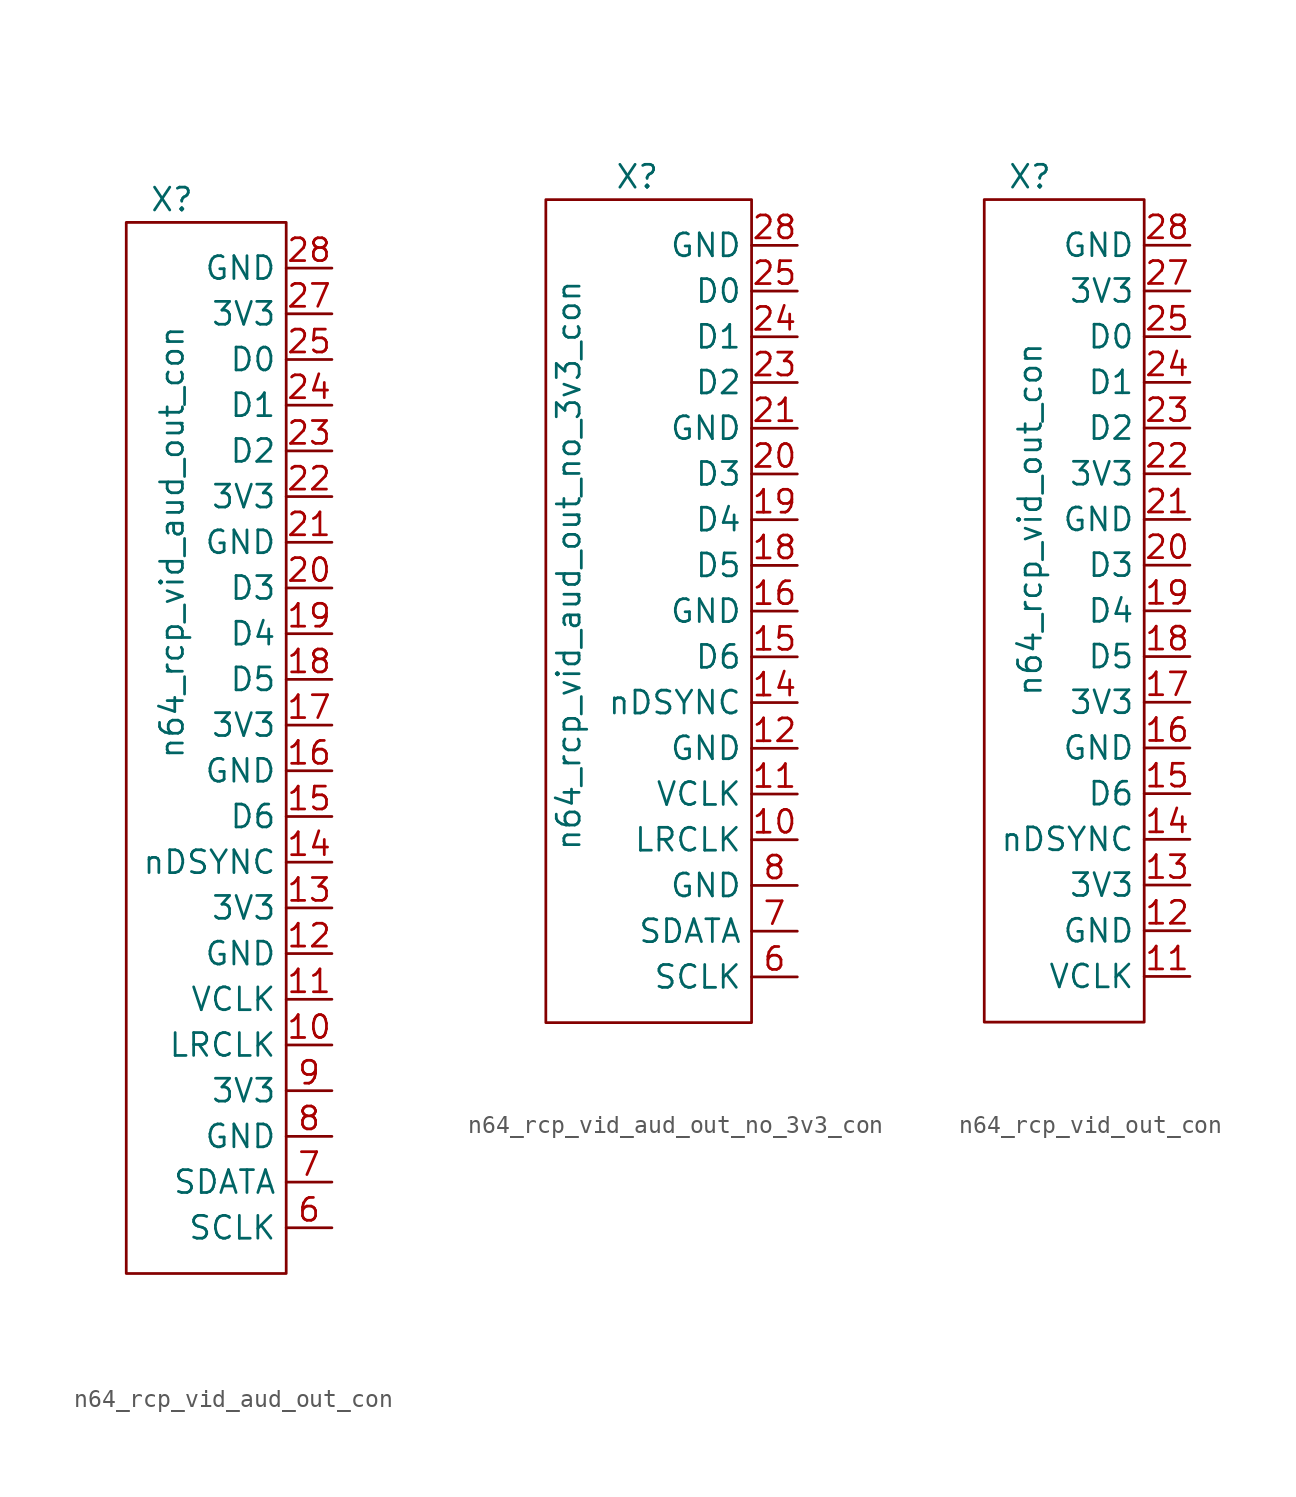
<source format=kicad_sym>
(kicad_symbol_lib
  (version 20211014)
  (generator kicad_symbol_editor)
  (symbol "n64_rcp_vid_aud_out_con"
    (property "Reference" "X"
      (at -2.54 24.13 0)
      (effects (font (size 1.27 1.27))))
    (property "Value" "n64_rcp_vid_aud_out_con"
      (at -2.54 5.08 90)
      (effects (font (size 1.27 1.27))))
    (symbol "n64_rcp_vid_aud_out_con_0_1"
      (rectangle (start -5.08 22.86) (end 3.81 -35.56) (stroke (width 0) (type default) (color 0 0 0 0)) (fill (type none))))
    (symbol "n64_rcp_vid_aud_out_con_1_1"
      (pin output line (at 6.35 -22.86 180) (length 2.54) (name "LRCLK" (effects (font (size 1.27 1.27)))) (number "10" (effects (font (size 1.27 1.27)))))
      (pin output line (at 6.35 -20.32 180) (length 2.54) (name "VCLK" (effects (font (size 1.27 1.27)))) (number "11" (effects (font (size 1.27 1.27)))))
      (pin power_out line (at 6.35 -17.78 180) (length 2.54) (name "GND" (effects (font (size 1.27 1.27)))) (number "12" (effects (font (size 1.27 1.27)))))
      (pin power_out line (at 6.35 -15.24 180) (length 2.54) (name "3V3" (effects (font (size 1.27 1.27)))) (number "13" (effects (font (size 1.27 1.27)))))
      (pin output line (at 6.35 -12.7 180) (length 2.54) (name "nDSYNC" (effects (font (size 1.27 1.27)))) (number "14" (effects (font (size 1.27 1.27)))))
      (pin output line (at 6.35 -10.16 180) (length 2.54) (name "D6" (effects (font (size 1.27 1.27)))) (number "15" (effects (font (size 1.27 1.27)))))
      (pin power_out line (at 6.35 -7.62 180) (length 2.54) (name "GND" (effects (font (size 1.27 1.27)))) (number "16" (effects (font (size 1.27 1.27)))))
      (pin power_out line (at 6.35 -5.08 180) (length 2.54) (name "3V3" (effects (font (size 1.27 1.27)))) (number "17" (effects (font (size 1.27 1.27)))))
      (pin output line (at 6.35 -2.54 180) (length 2.54) (name "D5" (effects (font (size 1.27 1.27)))) (number "18" (effects (font (size 1.27 1.27)))))
      (pin output line (at 6.35 0 180) (length 2.54) (name "D4" (effects (font (size 1.27 1.27)))) (number "19" (effects (font (size 1.27 1.27)))))
      (pin output line (at 6.35 2.54 180) (length 2.54) (name "D3" (effects (font (size 1.27 1.27)))) (number "20" (effects (font (size 1.27 1.27)))))
      (pin power_out line (at 6.35 5.08 180) (length 2.54) (name "GND" (effects (font (size 1.27 1.27)))) (number "21" (effects (font (size 1.27 1.27)))))
      (pin power_out line (at 6.35 7.62 180) (length 2.54) (name "3V3" (effects (font (size 1.27 1.27)))) (number "22" (effects (font (size 1.27 1.27)))))
      (pin output line (at 6.35 10.16 180) (length 2.54) (name "D2" (effects (font (size 1.27 1.27)))) (number "23" (effects (font (size 1.27 1.27)))))
      (pin output line (at 6.35 12.7 180) (length 2.54) (name "D1" (effects (font (size 1.27 1.27)))) (number "24" (effects (font (size 1.27 1.27)))))
      (pin output line (at 6.35 15.24 180) (length 2.54) (name "D0" (effects (font (size 1.27 1.27)))) (number "25" (effects (font (size 1.27 1.27)))))
      (pin power_out line (at 6.35 17.78 180) (length 2.54) (name "3V3" (effects (font (size 1.27 1.27)))) (number "27" (effects (font (size 1.27 1.27)))))
      (pin power_out line (at 6.35 20.32 180) (length 2.54) (name "GND" (effects (font (size 1.27 1.27)))) (number "28" (effects (font (size 1.27 1.27)))))
      (pin output line (at 6.35 -33.02 180) (length 2.54) (name "SCLK" (effects (font (size 1.27 1.27)))) (number "6" (effects (font (size 1.27 1.27)))))
      (pin output line (at 6.35 -30.48 180) (length 2.54) (name "SDATA" (effects (font (size 1.27 1.27)))) (number "7" (effects (font (size 1.27 1.27)))))
      (pin power_out line (at 6.35 -27.94 180) (length 2.54) (name "GND" (effects (font (size 1.27 1.27)))) (number "8" (effects (font (size 1.27 1.27)))))
      (pin power_out line (at 6.35 -25.4 180) (length 2.54) (name "3V3" (effects (font (size 1.27 1.27)))) (number "9" (effects (font (size 1.27 1.27)))))))
  (symbol "n64_rcp_vid_aud_out_no_3v3_con"
    (property "Reference" "X"
      (at -2.54 24.13 0)
      (effects (font (size 1.27 1.27))))
    (property "Value" "n64_rcp_vid_aud_out_no_3v3_con"
      (at -6.35 2.54 90)
      (effects (font (size 1.27 1.27))))
    (symbol "n64_rcp_vid_aud_out_no_3v3_con_0_1"
      (rectangle (start -7.62 22.86) (end 3.81 -22.86) (stroke (width 0) (type default) (color 0 0 0 0)) (fill (type none))))
    (symbol "n64_rcp_vid_aud_out_no_3v3_con_1_1"
      (pin output line (at 6.35 -12.7 180) (length 2.54) (name "LRCLK" (effects (font (size 1.27 1.27)))) (number "10" (effects (font (size 1.27 1.27)))))
      (pin output line (at 6.35 -10.16 180) (length 2.54) (name "VCLK" (effects (font (size 1.27 1.27)))) (number "11" (effects (font (size 1.27 1.27)))))
      (pin power_out line (at 6.35 -7.62 180) (length 2.54) (name "GND" (effects (font (size 1.27 1.27)))) (number "12" (effects (font (size 1.27 1.27)))))
      (pin output line (at 6.35 -5.08 180) (length 2.54) (name "nDSYNC" (effects (font (size 1.27 1.27)))) (number "14" (effects (font (size 1.27 1.27)))))
      (pin output line (at 6.35 -2.54 180) (length 2.54) (name "D6" (effects (font (size 1.27 1.27)))) (number "15" (effects (font (size 1.27 1.27)))))
      (pin power_out line (at 6.35 0 180) (length 2.54) (name "GND" (effects (font (size 1.27 1.27)))) (number "16" (effects (font (size 1.27 1.27)))))
      (pin output line (at 6.35 2.54 180) (length 2.54) (name "D5" (effects (font (size 1.27 1.27)))) (number "18" (effects (font (size 1.27 1.27)))))
      (pin output line (at 6.35 5.08 180) (length 2.54) (name "D4" (effects (font (size 1.27 1.27)))) (number "19" (effects (font (size 1.27 1.27)))))
      (pin output line (at 6.35 7.62 180) (length 2.54) (name "D3" (effects (font (size 1.27 1.27)))) (number "20" (effects (font (size 1.27 1.27)))))
      (pin power_out line (at 6.35 10.16 180) (length 2.54) (name "GND" (effects (font (size 1.27 1.27)))) (number "21" (effects (font (size 1.27 1.27)))))
      (pin output line (at 6.35 12.7 180) (length 2.54) (name "D2" (effects (font (size 1.27 1.27)))) (number "23" (effects (font (size 1.27 1.27)))))
      (pin output line (at 6.35 15.24 180) (length 2.54) (name "D1" (effects (font (size 1.27 1.27)))) (number "24" (effects (font (size 1.27 1.27)))))
      (pin output line (at 6.35 17.78 180) (length 2.54) (name "D0" (effects (font (size 1.27 1.27)))) (number "25" (effects (font (size 1.27 1.27)))))
      (pin power_out line (at 6.35 20.32 180) (length 2.54) (name "GND" (effects (font (size 1.27 1.27)))) (number "28" (effects (font (size 1.27 1.27)))))
      (pin output line (at 6.35 -20.32 180) (length 2.54) (name "SCLK" (effects (font (size 1.27 1.27)))) (number "6" (effects (font (size 1.27 1.27)))))
      (pin output line (at 6.35 -17.78 180) (length 2.54) (name "SDATA" (effects (font (size 1.27 1.27)))) (number "7" (effects (font (size 1.27 1.27)))))
      (pin power_out line (at 6.35 -15.24 180) (length 2.54) (name "GND" (effects (font (size 1.27 1.27)))) (number "8" (effects (font (size 1.27 1.27)))))))
  (symbol "n64_rcp_vid_out_con"
    (property "Reference" "X"
      (at -2.54 24.13 0)
      (effects (font (size 1.27 1.27))))
    (property "Value" "n64_rcp_vid_out_con"
      (at -2.54 5.08 90)
      (effects (font (size 1.27 1.27))))
    (symbol "n64_rcp_vid_out_con_0_1"
      (rectangle (start 3.81 22.86) (end -5.08 -22.86) (stroke (width 0) (type default) (color 0 0 0 0)) (fill (type none))))
    (symbol "n64_rcp_vid_out_con_1_1"
      (pin output line (at 6.35 -20.32 180) (length 2.54) (name "VCLK" (effects (font (size 1.27 1.27)))) (number "11" (effects (font (size 1.27 1.27)))))
      (pin power_out line (at 6.35 -17.78 180) (length 2.54) (name "GND" (effects (font (size 1.27 1.27)))) (number "12" (effects (font (size 1.27 1.27)))))
      (pin power_out line (at 6.35 -15.24 180) (length 2.54) (name "3V3" (effects (font (size 1.27 1.27)))) (number "13" (effects (font (size 1.27 1.27)))))
      (pin output line (at 6.35 -12.7 180) (length 2.54) (name "nDSYNC" (effects (font (size 1.27 1.27)))) (number "14" (effects (font (size 1.27 1.27)))))
      (pin output line (at 6.35 -10.16 180) (length 2.54) (name "D6" (effects (font (size 1.27 1.27)))) (number "15" (effects (font (size 1.27 1.27)))))
      (pin power_out line (at 6.35 -7.62 180) (length 2.54) (name "GND" (effects (font (size 1.27 1.27)))) (number "16" (effects (font (size 1.27 1.27)))))
      (pin power_out line (at 6.35 -5.08 180) (length 2.54) (name "3V3" (effects (font (size 1.27 1.27)))) (number "17" (effects (font (size 1.27 1.27)))))
      (pin output line (at 6.35 -2.54 180) (length 2.54) (name "D5" (effects (font (size 1.27 1.27)))) (number "18" (effects (font (size 1.27 1.27)))))
      (pin output line (at 6.35 0 180) (length 2.54) (name "D4" (effects (font (size 1.27 1.27)))) (number "19" (effects (font (size 1.27 1.27)))))
      (pin output line (at 6.35 2.54 180) (length 2.54) (name "D3" (effects (font (size 1.27 1.27)))) (number "20" (effects (font (size 1.27 1.27)))))
      (pin power_out line (at 6.35 5.08 180) (length 2.54) (name "GND" (effects (font (size 1.27 1.27)))) (number "21" (effects (font (size 1.27 1.27)))))
      (pin power_out line (at 6.35 7.62 180) (length 2.54) (name "3V3" (effects (font (size 1.27 1.27)))) (number "22" (effects (font (size 1.27 1.27)))))
      (pin output line (at 6.35 10.16 180) (length 2.54) (name "D2" (effects (font (size 1.27 1.27)))) (number "23" (effects (font (size 1.27 1.27)))))
      (pin output line (at 6.35 12.7 180) (length 2.54) (name "D1" (effects (font (size 1.27 1.27)))) (number "24" (effects (font (size 1.27 1.27)))))
      (pin output line (at 6.35 15.24 180) (length 2.54) (name "D0" (effects (font (size 1.27 1.27)))) (number "25" (effects (font (size 1.27 1.27)))))
      (pin power_out line (at 6.35 17.78 180) (length 2.54) (name "3V3" (effects (font (size 1.27 1.27)))) (number "27" (effects (font (size 1.27 1.27)))))
      (pin power_out line (at 6.35 20.32 180) (length 2.54) (name "GND" (effects (font (size 1.27 1.27)))) (number "28" (effects (font (size 1.27 1.27))))))))
</source>
